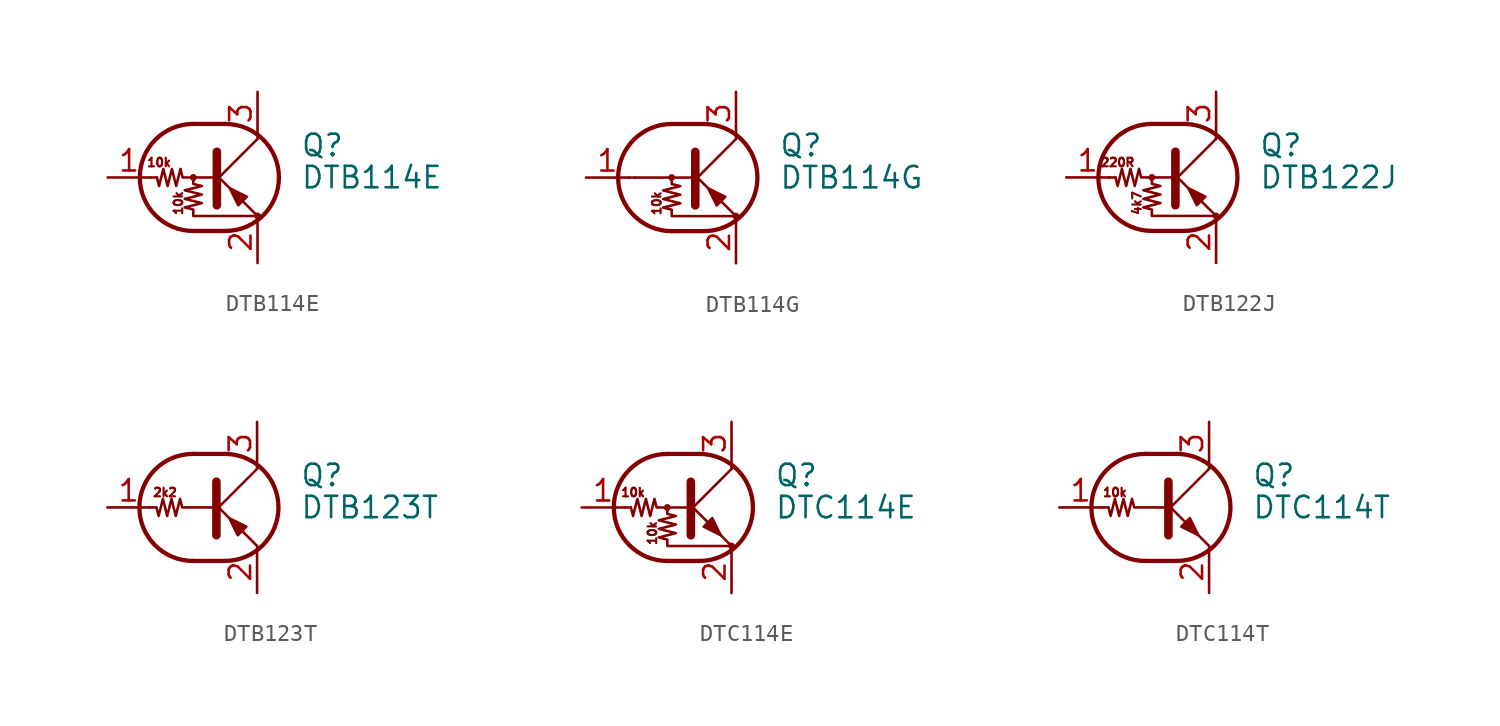
<source format=kicad_sym>
(kicad_symbol_lib
  (version 20201005)
  (generator kicad_symbol_editor)
  (symbol "DTB114E"
    (pin_names
      (offset 0) hide)
    (property "Reference" "Q"
      (at 5.08 1.905 0)
      (effects (font (size 1.27 1.27)) (justify left)))
    (property "Value" "DTB114E"
      (at 5.08 0 0)
      (effects (font (size 1.27 1.27)) (justify left)))
    (symbol "DTB114E_0_0"
      (text "10k" (at -3.302 0.889 0) (effects (font (size 0.508 0.508))))
      (text "10k" (at -2.159 -1.524 900) (effects (font (size 0.508 0.508)))))
    (symbol "DTB114E_0_1"
      (arc (start -1.27 3.175) (end -1.27 -3.175) (radius (at -1.27 0) (length 3.175) (angles 90.1 -90.1)) (stroke (width 0.254)) (fill (type none)))
      (arc (start 0.635 -3.175) (end 0.635 3.175) (radius (at 0.635 0) (length 3.175) (angles -89.9 89.9)) (stroke (width 0.254)) (fill (type none)))
      (circle (center -1.27 0) (radius 0.127) (stroke (width 0)) (fill (type none)))
      (circle (center 2.54 -2.286) (radius 0.127) (stroke (width 0)) (fill (type none)))
      (polyline (pts (xy -3.429 0) (xy -3.81 0)) (stroke (width 0)) (fill (type none)))
      (polyline (pts (xy -1.27 -3.175) (xy 0.635 -3.175)) (stroke (width 0.254)) (fill (type none)))
      (polyline (pts (xy -1.27 3.175) (xy 0.635 3.175)) (stroke (width 0.254)) (fill (type none)))
      (polyline (pts (xy 0 -0.254) (xy 2.54 2.286)) (stroke (width 0)) (fill (type none)))
      (polyline (pts (xy 0.127 1.524) (xy 0.127 -1.651)) (stroke (width 0.508)) (fill (type outline)))
      (polyline (pts (xy 2.54 2.286) (xy 2.54 2.54)) (stroke (width 0)) (fill (type none)))
      (polyline (pts (xy 2.54 -2.286) (xy 0 0.254) (xy 0 0.254)) (stroke (width 0)) (fill (type none)))
      (polyline (pts (xy 1.397 -1.651) (xy 1.905 -1.143) (xy 0.889 -0.635) (xy 1.397 -1.651)) (stroke (width 0)) (fill (type outline)))
      (polyline (pts (xy 0 0) (xy -1.905 0) (xy -2.032 0.508) (xy -2.286 -0.508) (xy -2.54 0.508) (xy -2.794 -0.508) (xy -3.048 0.508) (xy -3.302 -0.508) (xy -3.429 0)) (stroke (width 0)) (fill (type none)))
      (polyline (pts (xy -1.27 0) (xy -1.27 -0.381) (xy -0.762 -0.508) (xy -1.778 -0.762) (xy -0.762 -1.016) (xy -1.778 -1.27) (xy -0.762 -1.524) (xy -1.778 -1.778) (xy -1.27 -1.905) (xy -1.27 -2.286) (xy 2.54 -2.286)) (stroke (width 0)) (fill (type none))))
    (symbol "DTB114E_1_1"
      (pin input line (at -6.35 0 0) (length 2.54) (name "B" (effects (font (size 1.27 1.27)))) (number "1" (effects (font (size 1.27 1.27)))))
      (pin passive line (at 2.54 -5.08 90) (length 2.54) (name "E" (effects (font (size 1.27 1.27)))) (number "2" (effects (font (size 1.27 1.27)))))
      (pin passive line (at 2.54 5.08 270) (length 2.54) (name "C" (effects (font (size 1.27 1.27)))) (number "3" (effects (font (size 1.27 1.27)))))))
  (symbol "DTB114G"
    (pin_names
      (offset 0) hide)
    (property "Reference" "Q"
      (at 5.08 1.905 0)
      (effects (font (size 1.27 1.27)) (justify left)))
    (property "Value" "DTB114G"
      (at 5.08 0 0)
      (effects (font (size 1.27 1.27)) (justify left)))
    (symbol "DTB114G_0_0"
      (text "10k" (at -2.159 -1.524 900) (effects (font (size 0.508 0.508))))
      (polyline (pts (xy -3.429 0) (xy 0 0)) (stroke (width 0)) (fill (type none))))
    (symbol "DTB114G_0_1"
      (arc (start -1.27 3.175) (end -1.27 -3.175) (radius (at -1.27 0) (length 3.175) (angles 90.1 -90.1)) (stroke (width 0.254)) (fill (type none)))
      (arc (start 0.635 -3.175) (end 0.635 3.175) (radius (at 0.635 0) (length 3.175) (angles -89.9 89.9)) (stroke (width 0.254)) (fill (type none)))
      (circle (center -1.27 0) (radius 0.127) (stroke (width 0)) (fill (type none)))
      (circle (center 2.54 -2.286) (radius 0.127) (stroke (width 0)) (fill (type none)))
      (polyline (pts (xy -3.429 0) (xy -3.81 0)) (stroke (width 0)) (fill (type none)))
      (polyline (pts (xy -1.27 -3.175) (xy 0.635 -3.175)) (stroke (width 0.254)) (fill (type none)))
      (polyline (pts (xy -1.27 3.175) (xy 0.635 3.175)) (stroke (width 0.254)) (fill (type none)))
      (polyline (pts (xy 0 -0.254) (xy 2.54 2.286)) (stroke (width 0)) (fill (type none)))
      (polyline (pts (xy 0.127 1.524) (xy 0.127 -1.651)) (stroke (width 0.508)) (fill (type outline)))
      (polyline (pts (xy 2.54 2.286) (xy 2.54 2.54)) (stroke (width 0)) (fill (type none)))
      (polyline (pts (xy 2.54 -2.286) (xy 0 0.254) (xy 0 0.254)) (stroke (width 0)) (fill (type none)))
      (polyline (pts (xy 1.397 -1.651) (xy 1.905 -1.143) (xy 0.889 -0.635) (xy 1.397 -1.651)) (stroke (width 0)) (fill (type outline)))
      (polyline (pts (xy -1.27 0) (xy -1.27 -0.381) (xy -0.762 -0.508) (xy -1.778 -0.762) (xy -0.762 -1.016) (xy -1.778 -1.27) (xy -0.762 -1.524) (xy -1.778 -1.778) (xy -1.27 -1.905) (xy -1.27 -2.286) (xy 2.54 -2.286)) (stroke (width 0)) (fill (type none))))
    (symbol "DTB114G_1_1"
      (pin input line (at -6.35 0 0) (length 2.54) (name "B" (effects (font (size 1.27 1.27)))) (number "1" (effects (font (size 1.27 1.27)))))
      (pin passive line (at 2.54 -5.08 90) (length 2.54) (name "E" (effects (font (size 1.27 1.27)))) (number "2" (effects (font (size 1.27 1.27)))))
      (pin passive line (at 2.54 5.08 270) (length 2.54) (name "C" (effects (font (size 1.27 1.27)))) (number "3" (effects (font (size 1.27 1.27)))))))
  (symbol "DTB122J"
    (pin_names
      (offset 0) hide)
    (property "Reference" "Q"
      (at 5.08 1.905 0)
      (effects (font (size 1.27 1.27)) (justify left)))
    (property "Value" "DTB122J"
      (at 5.08 0 0)
      (effects (font (size 1.27 1.27)) (justify left)))
    (symbol "DTB122J_0_0"
      (text "220R" (at -3.302 0.889 0) (effects (font (size 0.508 0.508))))
      (text "4k7" (at -2.159 -1.524 900) (effects (font (size 0.508 0.508)))))
    (symbol "DTB122J_0_1"
      (arc (start -1.27 3.175) (end -1.27 -3.175) (radius (at -1.27 0) (length 3.175) (angles 90.1 -90.1)) (stroke (width 0.254)) (fill (type none)))
      (arc (start 0.635 -3.175) (end 0.635 3.175) (radius (at 0.635 0) (length 3.175) (angles -89.9 89.9)) (stroke (width 0.254)) (fill (type none)))
      (circle (center -1.27 0) (radius 0.127) (stroke (width 0)) (fill (type none)))
      (circle (center 2.54 -2.286) (radius 0.127) (stroke (width 0)) (fill (type none)))
      (polyline (pts (xy -3.429 0) (xy -3.81 0)) (stroke (width 0)) (fill (type none)))
      (polyline (pts (xy -1.27 -3.175) (xy 0.635 -3.175)) (stroke (width 0.254)) (fill (type none)))
      (polyline (pts (xy -1.27 3.175) (xy 0.635 3.175)) (stroke (width 0.254)) (fill (type none)))
      (polyline (pts (xy 0 -0.254) (xy 2.54 2.286)) (stroke (width 0)) (fill (type none)))
      (polyline (pts (xy 0.127 1.524) (xy 0.127 -1.651)) (stroke (width 0.508)) (fill (type outline)))
      (polyline (pts (xy 2.54 2.286) (xy 2.54 2.54)) (stroke (width 0)) (fill (type none)))
      (polyline (pts (xy 2.54 -2.286) (xy 0 0.254) (xy 0 0.254)) (stroke (width 0)) (fill (type none)))
      (polyline (pts (xy 1.397 -1.651) (xy 1.905 -1.143) (xy 0.889 -0.635) (xy 1.397 -1.651)) (stroke (width 0)) (fill (type outline)))
      (polyline (pts (xy 0 0) (xy -1.905 0) (xy -2.032 0.508) (xy -2.286 -0.508) (xy -2.54 0.508) (xy -2.794 -0.508) (xy -3.048 0.508) (xy -3.302 -0.508) (xy -3.429 0)) (stroke (width 0)) (fill (type none)))
      (polyline (pts (xy -1.27 0) (xy -1.27 -0.381) (xy -0.762 -0.508) (xy -1.778 -0.762) (xy -0.762 -1.016) (xy -1.778 -1.27) (xy -0.762 -1.524) (xy -1.778 -1.778) (xy -1.27 -1.905) (xy -1.27 -2.286) (xy 2.54 -2.286)) (stroke (width 0)) (fill (type none))))
    (symbol "DTB122J_1_1"
      (pin input line (at -6.35 0 0) (length 2.54) (name "B" (effects (font (size 1.27 1.27)))) (number "1" (effects (font (size 1.27 1.27)))))
      (pin passive line (at 2.54 -5.08 90) (length 2.54) (name "E" (effects (font (size 1.27 1.27)))) (number "2" (effects (font (size 1.27 1.27)))))
      (pin passive line (at 2.54 5.08 270) (length 2.54) (name "C" (effects (font (size 1.27 1.27)))) (number "3" (effects (font (size 1.27 1.27)))))))
  (symbol "DTB123T"
    (pin_names
      (offset 0) hide)
    (property "Reference" "Q"
      (at 5.08 1.905 0)
      (effects (font (size 1.27 1.27)) (justify left)))
    (property "Value" "DTB123T"
      (at 5.08 0 0)
      (effects (font (size 1.27 1.27)) (justify left)))
    (symbol "DTB123T_0_0"
      (text "2k2" (at -2.921 0.889 0) (effects (font (size 0.508 0.508))))
      (polyline (pts (xy 2.54 -2.286) (xy 2.54 -2.54)) (stroke (width 0)) (fill (type none))))
    (symbol "DTB123T_0_1"
      (arc (start -1.27 3.175) (end -1.27 -3.175) (radius (at -1.27 0) (length 3.175) (angles 90.1 -90.1)) (stroke (width 0.254)) (fill (type none)))
      (arc (start 0.635 -3.175) (end 0.635 3.175) (radius (at 0.635 0) (length 3.175) (angles -89.9 89.9)) (stroke (width 0.254)) (fill (type none)))
      (polyline (pts (xy -3.429 0) (xy -3.81 0)) (stroke (width 0)) (fill (type none)))
      (polyline (pts (xy -1.27 -3.175) (xy 0.635 -3.175)) (stroke (width 0.254)) (fill (type none)))
      (polyline (pts (xy -1.27 3.175) (xy 0.635 3.175)) (stroke (width 0.254)) (fill (type none)))
      (polyline (pts (xy 0 -0.254) (xy 2.54 2.286)) (stroke (width 0)) (fill (type none)))
      (polyline (pts (xy 0.127 1.524) (xy 0.127 -1.651)) (stroke (width 0.508)) (fill (type outline)))
      (polyline (pts (xy 2.54 2.286) (xy 2.54 2.54)) (stroke (width 0)) (fill (type none)))
      (polyline (pts (xy 2.54 -2.286) (xy 0 0.254) (xy 0 0.254)) (stroke (width 0)) (fill (type none)))
      (polyline (pts (xy 1.397 -1.651) (xy 1.905 -1.143) (xy 0.889 -0.635) (xy 1.397 -1.651)) (stroke (width 0)) (fill (type outline)))
      (polyline (pts (xy 0 0) (xy -1.905 0) (xy -2.032 0.508) (xy -2.286 -0.508) (xy -2.54 0.508) (xy -2.794 -0.508) (xy -3.048 0.508) (xy -3.302 -0.508) (xy -3.429 0)) (stroke (width 0)) (fill (type none))))
    (symbol "DTB123T_1_1"
      (pin input line (at -6.35 0 0) (length 2.54) (name "B" (effects (font (size 1.27 1.27)))) (number "1" (effects (font (size 1.27 1.27)))))
      (pin passive line (at 2.54 -5.08 90) (length 2.54) (name "E" (effects (font (size 1.27 1.27)))) (number "2" (effects (font (size 1.27 1.27)))))
      (pin passive line (at 2.54 5.08 270) (length 2.54) (name "C" (effects (font (size 1.27 1.27)))) (number "3" (effects (font (size 1.27 1.27)))))))
  (symbol "DTC114E"
    (pin_names
      (offset 0) hide)
    (property "Reference" "Q"
      (at 5.08 1.905 0)
      (effects (font (size 1.27 1.27)) (justify left)))
    (property "Value" "DTC114E"
      (at 5.08 0 0)
      (effects (font (size 1.27 1.27)) (justify left)))
    (symbol "DTC114E_0_0"
      (text "10k" (at -3.302 0.889 0) (effects (font (size 0.508 0.508))))
      (text "10k" (at -2.159 -1.524 900) (effects (font (size 0.508 0.508)))))
    (symbol "DTC114E_0_1"
      (arc (start -1.27 3.175) (end -1.27 -3.175) (radius (at -1.27 0) (length 3.175) (angles 90.1 -90.1)) (stroke (width 0.254)) (fill (type none)))
      (arc (start 0.635 -3.175) (end 0.635 3.175) (radius (at 0.635 0) (length 3.175) (angles -89.9 89.9)) (stroke (width 0.254)) (fill (type none)))
      (circle (center -1.27 0) (radius 0.127) (stroke (width 0)) (fill (type none)))
      (circle (center 2.54 -2.286) (radius 0.127) (stroke (width 0)) (fill (type none)))
      (polyline (pts (xy -3.429 0) (xy -3.81 0)) (stroke (width 0)) (fill (type none)))
      (polyline (pts (xy -1.27 -3.175) (xy 0.635 -3.175)) (stroke (width 0.254)) (fill (type none)))
      (polyline (pts (xy -1.27 3.175) (xy 0.635 3.175)) (stroke (width 0.254)) (fill (type none)))
      (polyline (pts (xy 0 -0.254) (xy 2.54 2.286)) (stroke (width 0)) (fill (type none)))
      (polyline (pts (xy 0.127 1.524) (xy 0.127 -1.651)) (stroke (width 0.508)) (fill (type outline)))
      (polyline (pts (xy 2.54 2.286) (xy 2.54 2.54)) (stroke (width 0)) (fill (type none)))
      (polyline (pts (xy 2.54 -2.286) (xy 0 0.254) (xy 0 0.254)) (stroke (width 0)) (fill (type none)))
      (polyline (pts (xy 0.889 -1.143) (xy 1.397 -0.635) (xy 1.905 -1.651) (xy 0.889 -1.143)) (stroke (width 0)) (fill (type outline)))
      (polyline (pts (xy 0 0) (xy -1.905 0) (xy -2.032 0.508) (xy -2.286 -0.508) (xy -2.54 0.508) (xy -2.794 -0.508) (xy -3.048 0.508) (xy -3.302 -0.508) (xy -3.429 0)) (stroke (width 0)) (fill (type none)))
      (polyline (pts (xy -1.27 0) (xy -1.27 -0.381) (xy -0.762 -0.508) (xy -1.778 -0.762) (xy -0.762 -1.016) (xy -1.778 -1.27) (xy -0.762 -1.524) (xy -1.778 -1.778) (xy -1.27 -1.905) (xy -1.27 -2.286) (xy 2.54 -2.286)) (stroke (width 0)) (fill (type none))))
    (symbol "DTC114E_1_1"
      (pin input line (at -6.35 0 0) (length 2.54) (name "B" (effects (font (size 1.27 1.27)))) (number "1" (effects (font (size 1.27 1.27)))))
      (pin passive line (at 2.54 -5.08 90) (length 2.54) (name "E" (effects (font (size 1.27 1.27)))) (number "2" (effects (font (size 1.27 1.27)))))
      (pin passive line (at 2.54 5.08 270) (length 2.54) (name "C" (effects (font (size 1.27 1.27)))) (number "3" (effects (font (size 1.27 1.27)))))))
  (symbol "DTC114T"
    (pin_names
      (offset 0) hide)
    (property "Reference" "Q"
      (at 5.08 1.905 0)
      (effects (font (size 1.27 1.27)) (justify left)))
    (property "Value" "DTC114T"
      (at 5.08 0 0)
      (effects (font (size 1.27 1.27)) (justify left)))
    (symbol "DTC114T_0_0"
      (text "10k" (at -3.048 0.889 0) (effects (font (size 0.508 0.508))))
      (polyline (pts (xy 2.54 -2.286) (xy 2.54 -2.54)) (stroke (width 0)) (fill (type none))))
    (symbol "DTC114T_0_1"
      (arc (start -1.27 3.175) (end -1.27 -3.175) (radius (at -1.27 0) (length 3.175) (angles 90.1 -90.1)) (stroke (width 0.254)) (fill (type none)))
      (arc (start 0.635 -3.175) (end 0.635 3.175) (radius (at 0.635 0) (length 3.175) (angles -89.9 89.9)) (stroke (width 0.254)) (fill (type none)))
      (polyline (pts (xy -3.429 0) (xy -3.81 0)) (stroke (width 0)) (fill (type none)))
      (polyline (pts (xy -1.27 -3.175) (xy 0.635 -3.175)) (stroke (width 0.254)) (fill (type none)))
      (polyline (pts (xy -1.27 3.175) (xy 0.635 3.175)) (stroke (width 0.254)) (fill (type none)))
      (polyline (pts (xy 0 -0.254) (xy 2.54 2.286)) (stroke (width 0)) (fill (type none)))
      (polyline (pts (xy 0.127 1.524) (xy 0.127 -1.651)) (stroke (width 0.508)) (fill (type outline)))
      (polyline (pts (xy 2.54 2.286) (xy 2.54 2.54)) (stroke (width 0)) (fill (type none)))
      (polyline (pts (xy 2.54 -2.286) (xy 0 0.254) (xy 0 0.254)) (stroke (width 0)) (fill (type none)))
      (polyline (pts (xy 0.889 -1.143) (xy 1.397 -0.635) (xy 1.905 -1.651) (xy 0.889 -1.143)) (stroke (width 0)) (fill (type outline)))
      (polyline (pts (xy 0 0) (xy -1.905 0) (xy -2.032 0.508) (xy -2.286 -0.508) (xy -2.54 0.508) (xy -2.794 -0.508) (xy -3.048 0.508) (xy -3.302 -0.508) (xy -3.429 0)) (stroke (width 0)) (fill (type none))))
    (symbol "DTC114T_1_1"
      (pin input line (at -6.35 0 0) (length 2.54) (name "B" (effects (font (size 1.27 1.27)))) (number "1" (effects (font (size 1.27 1.27)))))
      (pin passive line (at 2.54 -5.08 90) (length 2.54) (name "E" (effects (font (size 1.27 1.27)))) (number "2" (effects (font (size 1.27 1.27)))))
      (pin passive line (at 2.54 5.08 270) (length 2.54) (name "C" (effects (font (size 1.27 1.27)))) (number "3" (effects (font (size 1.27 1.27))))))))
</source>
